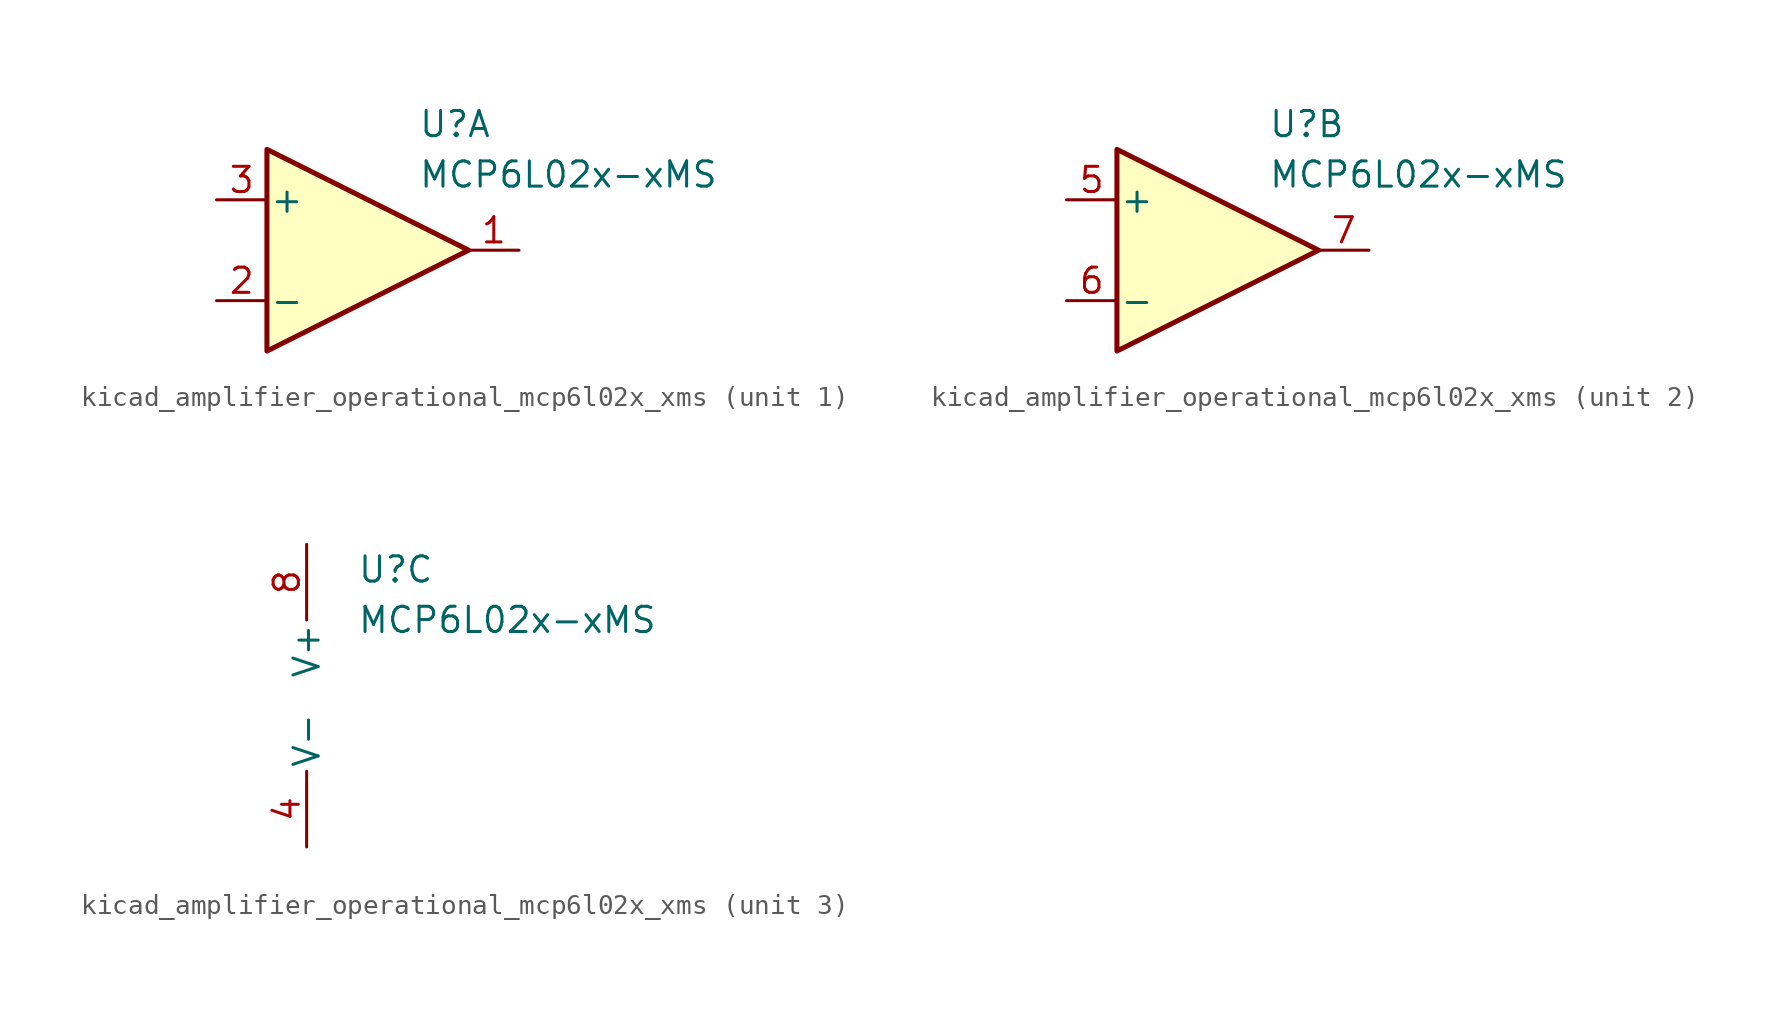
<source format=kicad_sym>
(kicad_symbol_lib
  (version 20220914)
  (generator kicad_symbol_editor)
  (symbol "kicad_amplifier_operational_mcp6l02x_xms"
    (pin_names
      (offset 0.127))
    (property "Reference" "U"
      (at 2.54 6.35 0)
      (effects (font (size 1.27 1.27)) (justify left)))
    (property "Value" "MCP6L02x-xMS"
      (at 2.54 3.81 0)
      (effects (font (size 1.27 1.27)) (justify left)))
    (property "ki_locked" ""
      (at 0 0 0)
      (effects (font (size 1.27 1.27))))
    (symbol "kicad_amplifier_operational_mcp6l02x_xms_1_1"
      (polyline (pts (xy 5.08 0) (xy -5.08 5.08) (xy -5.08 -5.08) (xy 5.08 0)) (stroke (width 0.254) (type default)) (fill (type background)))
      (pin output line (at 7.62 0 180) (length 2.54) (name "~" (effects (font (size 1.27 1.27)))) (number "1" (effects (font (size 1.27 1.27)))))
      (pin input line (at -7.62 -2.54 0) (length 2.54) (name "-" (effects (font (size 1.27 1.27)))) (number "2" (effects (font (size 1.27 1.27)))))
      (pin input line (at -7.62 2.54 0) (length 2.54) (name "+" (effects (font (size 1.27 1.27)))) (number "3" (effects (font (size 1.27 1.27))))))
    (symbol "kicad_amplifier_operational_mcp6l02x_xms_2_1"
      (polyline (pts (xy 5.08 0) (xy -5.08 5.08) (xy -5.08 -5.08) (xy 5.08 0)) (stroke (width 0.254) (type default)) (fill (type background)))
      (pin input line (at -7.62 2.54 0) (length 2.54) (name "+" (effects (font (size 1.27 1.27)))) (number "5" (effects (font (size 1.27 1.27)))))
      (pin input line (at -7.62 -2.54 0) (length 2.54) (name "-" (effects (font (size 1.27 1.27)))) (number "6" (effects (font (size 1.27 1.27)))))
      (pin output line (at 7.62 0 180) (length 2.54) (name "~" (effects (font (size 1.27 1.27)))) (number "7" (effects (font (size 1.27 1.27))))))
    (symbol "kicad_amplifier_operational_mcp6l02x_xms_3_1"
      (pin power_in line (at 0 -7.62 90) (length 3.81) (name "V-" (effects (font (size 1.27 1.27)))) (number "4" (effects (font (size 1.27 1.27)))))
      (pin power_in line (at 0 7.62 270) (length 3.81) (name "V+" (effects (font (size 1.27 1.27)))) (number "8" (effects (font (size 1.27 1.27))))))))
</source>
